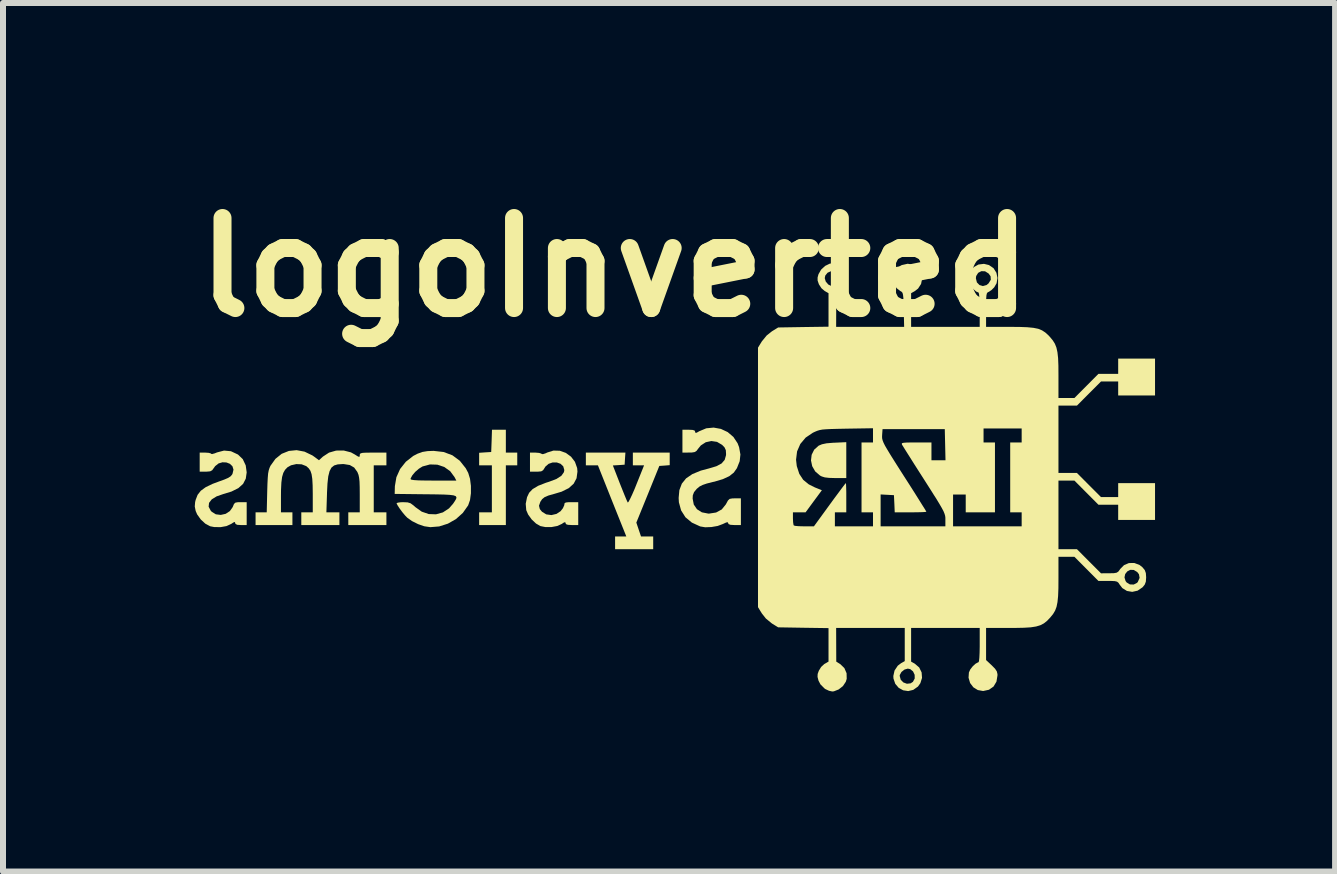
<source format=kicad_pcb>
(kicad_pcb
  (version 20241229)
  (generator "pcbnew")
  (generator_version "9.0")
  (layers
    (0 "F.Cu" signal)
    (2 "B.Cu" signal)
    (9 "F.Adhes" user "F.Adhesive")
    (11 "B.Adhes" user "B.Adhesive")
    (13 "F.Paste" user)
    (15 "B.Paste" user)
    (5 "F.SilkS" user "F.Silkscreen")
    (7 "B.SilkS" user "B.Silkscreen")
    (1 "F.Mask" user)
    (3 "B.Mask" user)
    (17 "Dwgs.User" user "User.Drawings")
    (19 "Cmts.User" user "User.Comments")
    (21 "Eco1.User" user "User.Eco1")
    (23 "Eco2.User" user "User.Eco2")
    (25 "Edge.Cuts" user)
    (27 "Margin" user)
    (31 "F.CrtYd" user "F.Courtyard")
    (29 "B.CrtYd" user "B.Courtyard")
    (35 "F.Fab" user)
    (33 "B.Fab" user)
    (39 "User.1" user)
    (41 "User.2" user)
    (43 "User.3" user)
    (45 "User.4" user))
  (footprint "logoInverted"
    (layer "F.Cu")
    (at 8.193 4.904)
    (property "Reference" "logoInverted" (at -1 -3.5 0) (layer "F.SilkS") (effects (font (size 1.5 1.5) (thickness 0.3))))
    (attr board_only exclude_from_pos_files exclude_from_bom)
    (fp_poly (pts (xy 2.857 -0.288) (xy 2.857 0.011) (xy 2.672 0.011) (xy 2.571 0.008) (xy 2.5 0.000044) (xy 2.448 -0.016) (xy 2.419 -0.031) (xy 2.339 -0.1) (xy 2.289 -0.187) (xy 2.269 -0.283) (xy 2.28 -0.377) (xy 2.322 -0.462) (xy 2.396 -0.528) (xy 2.397 -0.529) (xy 2.452 -0.552) (xy 2.528 -0.568) (xy 2.635 -0.577) (xy 2.662 -0.578) (xy 2.857 -0.587)) (stroke (width 0) (type solid)) (fill yes) (layer "F.SilkS"))
    (fp_poly (pts (xy -2.815 -0.603) (xy -2.815 -0.413) (xy -2.72 -0.413) (xy -2.625 -0.413) (xy -2.625 -0.307) (xy -2.625 -0.201) (xy -2.72 -0.201) (xy -2.815 -0.201) (xy -2.815 0.296) (xy -2.815 0.794) (xy -3.037 0.794) (xy -3.26 0.794) (xy -3.26 0.688) (xy -3.26 0.582) (xy -3.154 0.582) (xy -3.048 0.582) (xy -3.048 0.191) (xy -3.048 -0.201) (xy -3.154 -0.201) (xy -3.26 -0.201) (xy -3.26 -0.306) (xy -3.26 -0.41) (xy -3.159 -0.417) (xy -3.059 -0.423) (xy -3.052 -0.609) (xy -3.046 -0.794) (xy -2.931 -0.794) (xy -2.815 -0.794)) (stroke (width 0) (type solid)) (fill yes) (layer "F.SilkS"))
    (fp_poly (pts (xy -0.83 -0.312) (xy -0.836 -0.212) (xy -0.934 -0.205) (xy -1.032 -0.199) (xy -0.915 0.102) (xy -0.873 0.207) (xy -0.836 0.299) (xy -0.807 0.369) (xy -0.788 0.411) (xy -0.783 0.419) (xy -0.771 0.407) (xy -0.746 0.361) (xy -0.711 0.287) (xy -0.67 0.193) (xy -0.64 0.118) (xy -0.512 -0.201) (xy -0.605 -0.201) (xy -0.699 -0.201) (xy -0.699 -0.307) (xy -0.699 -0.413) (xy -0.392 -0.413) (xy -0.085 -0.413) (xy -0.085 -0.308) (xy -0.085 -0.204) (xy -0.171 -0.197) (xy -0.258 -0.191) (xy -0.449 0.281) (xy -0.641 0.753) (xy -0.602 0.869) (xy -0.563 0.984) (xy -0.461 0.984) (xy -0.36 0.984) (xy -0.36 1.09) (xy -0.36 1.196) (xy -0.677 1.196) (xy -0.995 1.196) (xy -0.995 1.09) (xy -0.995 0.984) (xy -0.902 0.984) (xy -0.808 0.984) (xy -1.045 0.392) (xy -1.281 -0.201) (xy -1.381 -0.201) (xy -1.482 -0.201) (xy -1.482 -0.307) (xy -1.482 -0.413) (xy -1.152 -0.413) (xy -0.823 -0.413)) (stroke (width 0) (type solid)) (fill yes) (layer "F.SilkS"))
    (fp_poly (pts (xy -3.851 -0.423) (xy -3.705 -0.368) (xy -3.582 -0.277) (xy -3.483 -0.152) (xy -3.442 -0.075) (xy -3.412 0.023) (xy -3.397 0.141) (xy -3.397 0.264) (xy -3.412 0.377) (xy -3.443 0.466) (xy -3.532 0.592) (xy -3.647 0.695) (xy -3.781 0.771) (xy -3.926 0.817) (xy -4.073 0.829) (xy -4.175 0.814) (xy -4.276 0.779) (xy -4.378 0.728) (xy -4.457 0.672) (xy -4.494 0.634) (xy -4.539 0.58) (xy -4.583 0.521) (xy -4.617 0.469) (xy -4.635 0.435) (xy -4.636 0.431) (xy -4.616 0.421) (xy -4.567 0.414) (xy -4.523 0.413) (xy -4.452 0.416) (xy -4.403 0.431) (xy -4.355 0.466) (xy -4.324 0.494) (xy -4.216 0.571) (xy -4.099 0.611) (xy -3.979 0.615) (xy -3.864 0.583) (xy -3.762 0.516) (xy -3.693 0.437) (xy -3.663 0.392) (xy -3.643 0.357) (xy -3.638 0.331) (xy -3.651 0.312) (xy -3.687 0.299) (xy -3.749 0.291) (xy -3.841 0.286) (xy -3.967 0.283) (xy -4.132 0.281) (xy -4.154 0.281) (xy -4.667 0.275) (xy -4.664 0.146) (xy -4.644 0.028) (xy -4.403 0.028) (xy -4.389 0.038) (xy -4.344 0.045) (xy -4.267 0.05) (xy -4.153 0.052) (xy -4.021 0.053) (xy -3.64 0.053) (xy -3.67 -0.005) (xy -3.743 -0.104) (xy -3.842 -0.174) (xy -3.957 -0.212) (xy -4.079 -0.216) (xy -4.201 -0.183) (xy -4.204 -0.182) (xy -4.265 -0.144) (xy -4.325 -0.092) (xy -4.373 -0.035) (xy -4.4 0.014) (xy -4.403 0.028) (xy -4.644 0.028) (xy -4.639 -0.002) (xy -4.577 -0.14) (xy -4.482 -0.26) (xy -4.359 -0.357) (xy -4.286 -0.395) (xy -4.206 -0.424) (xy -4.12 -0.438) (xy -4.019 -0.442)) (stroke (width 0) (type solid)) (fill yes) (layer "F.SilkS"))
    (fp_poly (pts (xy -1.916 -0.444) (xy -1.815 -0.408) (xy -1.729 -0.345) (xy -1.664 -0.26) (xy -1.627 -0.156) (xy -1.622 -0.097) (xy -1.637 0.014) (xy -1.685 0.105) (xy -1.767 0.179) (xy -1.886 0.238) (xy -2.01 0.275) (xy -2.106 0.302) (xy -2.169 0.329) (xy -2.211 0.363) (xy -2.24 0.406) (xy -2.263 0.472) (xy -2.249 0.528) (xy -2.213 0.572) (xy -2.142 0.616) (xy -2.056 0.628) (xy -1.971 0.608) (xy -1.903 0.563) (xy -1.864 0.513) (xy -1.843 0.466) (xy -1.841 0.457) (xy -1.837 0.431) (xy -1.816 0.418) (xy -1.769 0.413) (xy -1.725 0.413) (xy -1.609 0.413) (xy -1.609 0.603) (xy -1.609 0.794) (xy -1.714 0.794) (xy -1.781 0.79) (xy -1.813 0.779) (xy -1.82 0.761) (xy -1.827 0.745) (xy -1.852 0.754) (xy -1.883 0.775) (xy -1.956 0.809) (xy -2.052 0.827) (xy -2.154 0.828) (xy -2.239 0.811) (xy -2.312 0.769) (xy -2.385 0.7) (xy -2.444 0.618) (xy -2.475 0.546) (xy -2.484 0.44) (xy -2.462 0.33) (xy -2.427 0.256) (xy -2.369 0.195) (xy -2.277 0.14) (xy -2.147 0.089) (xy -2.096 0.073) (xy -1.972 0.026) (xy -1.889 -0.028) (xy -1.847 -0.088) (xy -1.841 -0.123) (xy -1.859 -0.185) (xy -1.904 -0.227) (xy -1.966 -0.249) (xy -2.036 -0.249) (xy -2.103 -0.226) (xy -2.157 -0.179) (xy -2.17 -0.157) (xy -2.194 -0.12) (xy -2.225 -0.101) (xy -2.277 -0.096) (xy -2.308 -0.095) (xy -2.413 -0.095) (xy -2.413 -0.254) (xy -2.413 -0.413) (xy -2.32 -0.413) (xy -2.261 -0.408) (xy -2.225 -0.397) (xy -2.219 -0.391) (xy -2.198 -0.387) (xy -2.151 -0.402) (xy -2.127 -0.414) (xy -2.022 -0.447)) (stroke (width 0) (type solid)) (fill yes) (layer "F.SilkS"))
    (fp_poly (pts (xy -7.395 -0.436) (xy -7.28 -0.382) (xy -7.279 -0.382) (xy -7.198 -0.304) (xy -7.149 -0.2) (xy -7.133 -0.084) (xy -7.148 0.021) (xy -7.193 0.108) (xy -7.272 0.179) (xy -7.387 0.236) (xy -7.519 0.276) (xy -7.634 0.316) (xy -7.715 0.366) (xy -7.76 0.424) (xy -7.767 0.488) (xy -7.733 0.553) (xy -7.716 0.572) (xy -7.647 0.615) (xy -7.565 0.625) (xy -7.483 0.607) (xy -7.413 0.561) (xy -7.365 0.493) (xy -7.363 0.487) (xy -7.344 0.442) (xy -7.32 0.42) (xy -7.276 0.413) (xy -7.235 0.413) (xy -7.133 0.413) (xy -7.133 0.603) (xy -7.133 0.794) (xy -7.228 0.794) (xy -7.29 0.79) (xy -7.319 0.776) (xy -7.324 0.761) (xy -7.33 0.743) (xy -7.353 0.75) (xy -7.391 0.775) (xy -7.469 0.811) (xy -7.569 0.829) (xy -7.675 0.827) (xy -7.742 0.814) (xy -7.822 0.771) (xy -7.898 0.701) (xy -7.958 0.617) (xy -7.983 0.559) (xy -7.998 0.485) (xy -7.992 0.412) (xy -7.983 0.374) (xy -7.951 0.291) (xy -7.897 0.222) (xy -7.816 0.163) (xy -7.702 0.108) (xy -7.603 0.071) (xy -7.506 0.036) (xy -7.441 0.008) (xy -7.401 -0.018) (xy -7.377 -0.046) (xy -7.369 -0.061) (xy -7.353 -0.129) (xy -7.37 -0.185) (xy -7.412 -0.226) (xy -7.47 -0.249) (xy -7.536 -0.252) (xy -7.601 -0.233) (xy -7.658 -0.188) (xy -7.681 -0.156) (xy -7.708 -0.119) (xy -7.742 -0.101) (xy -7.799 -0.096) (xy -7.816 -0.095) (xy -7.916 -0.095) (xy -7.916 -0.254) (xy -7.916 -0.413) (xy -7.821 -0.413) (xy -7.764 -0.409) (xy -7.73 -0.399) (xy -7.726 -0.393) (xy -7.709 -0.389) (xy -7.665 -0.401) (xy -7.628 -0.416) (xy -7.51 -0.447)) (stroke (width 0) (type solid)) (fill yes) (layer "F.SilkS"))
    (fp_poly (pts (xy 0.768 -0.808) (xy 0.881 -0.755) (xy 0.976 -0.674) (xy 1.046 -0.569) (xy 1.071 -0.503) (xy 1.093 -0.382) (xy 1.081 -0.27) (xy 1.035 -0.154) (xy 0.983 -0.08) (xy 0.907 -0.02) (xy 0.801 0.029) (xy 0.66 0.071) (xy 0.635 0.076) (xy 0.533 0.102) (xy 0.463 0.126) (xy 0.412 0.152) (xy 0.37 0.187) (xy 0.365 0.191) (xy 0.32 0.246) (xy 0.3 0.299) (xy 0.297 0.352) (xy 0.316 0.452) (xy 0.369 0.53) (xy 0.451 0.582) (xy 0.558 0.603) (xy 0.572 0.603) (xy 0.688 0.585) (xy 0.782 0.534) (xy 0.85 0.45) (xy 0.857 0.437) (xy 0.886 0.384) (xy 0.914 0.358) (xy 0.958 0.35) (xy 1 0.349) (xy 1.101 0.349) (xy 1.101 0.572) (xy 1.101 0.794) (xy 0.995 0.794) (xy 0.928 0.79) (xy 0.896 0.778) (xy 0.889 0.762) (xy 0.882 0.747) (xy 0.856 0.751) (xy 0.802 0.776) (xy 0.8 0.777) (xy 0.714 0.809) (xy 0.61 0.827) (xy 0.506 0.831) (xy 0.423 0.817) (xy 0.284 0.753) (xy 0.177 0.664) (xy 0.105 0.55) (xy 0.068 0.415) (xy 0.064 0.342) (xy 0.076 0.212) (xy 0.117 0.104) (xy 0.188 0.016) (xy 0.292 -0.055) (xy 0.433 -0.113) (xy 0.568 -0.149) (xy 0.692 -0.186) (xy 0.779 -0.232) (xy 0.831 -0.292) (xy 0.853 -0.369) (xy 0.854 -0.389) (xy 0.85 -0.454) (xy 0.828 -0.501) (xy 0.788 -0.542) (xy 0.703 -0.592) (xy 0.609 -0.606) (xy 0.516 -0.586) (xy 0.434 -0.533) (xy 0.392 -0.482) (xy 0.362 -0.442) (xy 0.33 -0.422) (xy 0.279 -0.414) (xy 0.238 -0.414) (xy 0.127 -0.413) (xy 0.127 -0.603) (xy 0.127 -0.794) (xy 0.233 -0.794) (xy 0.298 -0.791) (xy 0.331 -0.78) (xy 0.339 -0.76) (xy 0.344 -0.742) (xy 0.365 -0.745) (xy 0.407 -0.769) (xy 0.524 -0.818) (xy 0.647 -0.83)) (stroke (width 0) (type solid)) (fill yes) (layer "F.SilkS"))
    (fp_poly (pts (xy -6.169 -0.429) (xy -6.038 -0.366) (xy -5.998 -0.338) (xy -5.929 -0.286) (xy -5.862 -0.347) (xy -5.761 -0.413) (xy -5.642 -0.447) (xy -5.516 -0.448) (xy -5.396 -0.417) (xy -5.334 -0.383) (xy -5.283 -0.351) (xy -5.258 -0.341) (xy -5.25 -0.353) (xy -5.249 -0.37) (xy -5.247 -0.389) (xy -5.233 -0.401) (xy -5.202 -0.409) (xy -5.146 -0.412) (xy -5.056 -0.413) (xy -5.027 -0.413) (xy -4.805 -0.413) (xy -4.805 -0.307) (xy -4.805 -0.201) (xy -4.911 -0.201) (xy -5.016 -0.201) (xy -5.016 0.191) (xy -5.016 0.582) (xy -4.911 0.582) (xy -4.805 0.582) (xy -4.805 0.688) (xy -4.805 0.794) (xy -5.122 0.794) (xy -5.44 0.794) (xy -5.44 0.688) (xy -5.44 0.582) (xy -5.345 0.582) (xy -5.249 0.582) (xy -5.249 0.285) (xy -5.25 0.161) (xy -5.253 0.07) (xy -5.26 0.005) (xy -5.27 -0.043) (xy -5.286 -0.083) (xy -5.29 -0.092) (xy -5.342 -0.164) (xy -5.415 -0.206) (xy -5.515 -0.222) (xy -5.537 -0.222) (xy -5.616 -0.217) (xy -5.676 -0.199) (xy -5.721 -0.163) (xy -5.752 -0.104) (xy -5.774 -0.017) (xy -5.787 0.102) (xy -5.795 0.258) (xy -5.795 0.27) (xy -5.805 0.582) (xy -5.697 0.582) (xy -5.588 0.582) (xy -5.588 0.688) (xy -5.588 0.794) (xy -5.905 0.794) (xy -6.223 0.794) (xy -6.223 0.688) (xy -6.223 0.582) (xy -6.128 0.582) (xy -6.032 0.582) (xy -6.032 0.274) (xy -6.034 0.132) (xy -6.04 0.025) (xy -6.052 -0.054) (xy -6.071 -0.11) (xy -6.1 -0.152) (xy -6.139 -0.187) (xy -6.143 -0.189) (xy -6.217 -0.218) (xy -6.306 -0.222) (xy -6.394 -0.202) (xy -6.454 -0.168) (xy -6.494 -0.126) (xy -6.523 -0.075) (xy -6.543 -0.007) (xy -6.555 0.085) (xy -6.561 0.208) (xy -6.562 0.312) (xy -6.562 0.582) (xy -6.466 0.582) (xy -6.371 0.582) (xy -6.371 0.688) (xy -6.371 0.794) (xy -6.678 0.794) (xy -6.985 0.794) (xy -6.985 0.688) (xy -6.985 0.582) (xy -6.892 0.582) (xy -6.799 0.582) (xy -6.791 0.238) (xy -6.787 0.106) (xy -6.782 0.008) (xy -6.776 -0.064) (xy -6.766 -0.116) (xy -6.753 -0.157) (xy -6.737 -0.193) (xy -6.654 -0.309) (xy -6.55 -0.393) (xy -6.43 -0.441) (xy -6.301 -0.454)) (stroke (width 0) (type solid)) (fill yes) (layer "F.SilkS"))
    (fp_poly (pts (xy 2.701 -3.548) (xy 2.777 -3.5) (xy 2.835 -3.432) (xy 2.849 -3.405) (xy 2.867 -3.312) (xy 2.848 -3.221) (xy 2.797 -3.143) (xy 2.758 -3.112) (xy 2.69 -3.069) (xy 2.689 -2.789) (xy 2.688 -2.508) (xy 3.254 -2.508) (xy 3.821 -2.508) (xy 3.814 -2.795) (xy 3.811 -2.91) (xy 3.808 -2.99) (xy 3.802 -3.043) (xy 3.794 -3.074) (xy 3.78 -3.092) (xy 3.762 -3.103) (xy 3.759 -3.104) (xy 3.694 -3.154) (xy 3.655 -3.227) (xy 3.643 -3.31) (xy 3.657 -3.395) (xy 3.697 -3.471) (xy 3.761 -3.527) (xy 3.783 -3.538) (xy 3.882 -3.56) (xy 3.974 -3.54) (xy 4.051 -3.485) (xy 4.104 -3.403) (xy 4.121 -3.312) (xy 4.103 -3.223) (xy 4.053 -3.146) (xy 3.999 -3.104) (xy 3.937 -3.069) (xy 3.937 -2.789) (xy 3.937 -2.508) (xy 4.508 -2.508) (xy 5.08 -2.508) (xy 5.08 -2.794) (xy 5.079 -2.901) (xy 5.075 -2.989) (xy 5.069 -3.051) (xy 5.062 -3.079) (xy 5.06 -3.08) (xy 5.022 -3.096) (xy 4.975 -3.137) (xy 4.931 -3.189) (xy 4.903 -3.239) (xy 4.9 -3.25) (xy 4.897 -3.318) (xy 5.016 -3.318) (xy 5.033 -3.249) (xy 5.076 -3.205) (xy 5.133 -3.188) (xy 5.194 -3.205) (xy 5.227 -3.232) (xy 5.265 -3.293) (xy 5.261 -3.352) (xy 5.228 -3.397) (xy 5.169 -3.434) (xy 5.107 -3.436) (xy 5.054 -3.408) (xy 5.021 -3.355) (xy 5.016 -3.318) (xy 4.897 -3.318) (xy 4.896 -3.35) (xy 4.926 -3.437) (xy 4.983 -3.505) (xy 5.06 -3.547) (xy 5.151 -3.558) (xy 5.234 -3.538) (xy 5.31 -3.486) (xy 5.358 -3.41) (xy 5.376 -3.323) (xy 5.361 -3.234) (xy 5.322 -3.167) (xy 5.277 -3.122) (xy 5.234 -3.093) (xy 5.227 -3.09) (xy 5.211 -3.082) (xy 5.199 -3.065) (xy 5.192 -3.033) (xy 5.188 -2.978) (xy 5.186 -2.893) (xy 5.186 -2.793) (xy 5.186 -2.508) (xy 5.574 -2.508) (xy 5.741 -2.507) (xy 5.872 -2.502) (xy 5.975 -2.492) (xy 6.055 -2.476) (xy 6.118 -2.45) (xy 6.172 -2.415) (xy 6.224 -2.368) (xy 6.252 -2.338) (xy 6.298 -2.282) (xy 6.333 -2.226) (xy 6.358 -2.163) (xy 6.375 -2.086) (xy 6.386 -1.988) (xy 6.391 -1.862) (xy 6.392 -1.702) (xy 6.392 -1.684) (xy 6.392 -1.323) (xy 6.525 -1.323) (xy 6.658 -1.323) (xy 6.858 -1.524) (xy 7.058 -1.725) (xy 7.223 -1.725) (xy 7.387 -1.725) (xy 7.387 -1.852) (xy 7.387 -1.979) (xy 7.694 -1.979) (xy 8.001 -1.979) (xy 8.001 -1.672) (xy 8.001 -1.365) (xy 7.694 -1.365) (xy 7.387 -1.365) (xy 7.387 -1.482) (xy 7.387 -1.598) (xy 7.244 -1.598) (xy 7.101 -1.598) (xy 6.9 -1.397) (xy 6.7 -1.196) (xy 6.546 -1.196) (xy 6.392 -1.196) (xy 6.392 -0.635) (xy 6.392 -0.074) (xy 6.546 -0.074) (xy 6.7 -0.074) (xy 6.9 0.127) (xy 7.101 0.328) (xy 7.244 0.328) (xy 7.387 0.328) (xy 7.387 0.212) (xy 7.387 0.095) (xy 7.694 0.095) (xy 8.001 0.095) (xy 8.001 0.402) (xy 8.001 0.709) (xy 7.694 0.709) (xy 7.387 0.709) (xy 7.387 0.582) (xy 7.387 0.455) (xy 7.223 0.455) (xy 7.058 0.455) (xy 6.858 0.254) (xy 6.658 0.053) (xy 6.525 0.053) (xy 6.392 0.053) (xy 6.392 0.624) (xy 6.392 1.196) (xy 6.546 1.196) (xy 6.7 1.196) (xy 6.9 1.397) (xy 7.101 1.598) (xy 7.239 1.597) (xy 7.314 1.596) (xy 7.36 1.588) (xy 7.389 1.57) (xy 7.414 1.537) (xy 7.419 1.528) (xy 7.484 1.462) (xy 7.566 1.427) (xy 7.656 1.426) (xy 7.743 1.459) (xy 7.79 1.496) (xy 7.83 1.544) (xy 7.848 1.594) (xy 7.853 1.665) (xy 7.848 1.737) (xy 7.829 1.787) (xy 7.793 1.831) (xy 7.711 1.887) (xy 7.621 1.907) (xy 7.533 1.892) (xy 7.456 1.844) (xy 7.412 1.787) (xy 7.392 1.756) (xy 7.368 1.737) (xy 7.331 1.728) (xy 7.268 1.725) (xy 7.217 1.725) (xy 7.058 1.725) (xy 6.999 1.666) (xy 7.492 1.666) (xy 7.51 1.726) (xy 7.528 1.75) (xy 7.582 1.783) (xy 7.646 1.785) (xy 7.701 1.757) (xy 7.714 1.742) (xy 7.744 1.674) (xy 7.733 1.614) (xy 7.705 1.577) (xy 7.647 1.542) (xy 7.589 1.54) (xy 7.539 1.566) (xy 7.504 1.61) (xy 7.492 1.666) (xy 6.999 1.666) (xy 6.858 1.524) (xy 6.658 1.323) (xy 6.525 1.323) (xy 6.392 1.323) (xy 6.392 1.684) (xy 6.391 1.848) (xy 6.386 1.977) (xy 6.376 2.077) (xy 6.36 2.156) (xy 6.336 2.22) (xy 6.302 2.277) (xy 6.257 2.332) (xy 6.252 2.338) (xy 6.2 2.392) (xy 6.148 2.433) (xy 6.09 2.463) (xy 6.02 2.484) (xy 5.93 2.498) (xy 5.815 2.505) (xy 5.667 2.508) (xy 5.574 2.508) (xy 5.186 2.508) (xy 5.186 2.776) (xy 5.186 3.043) (xy 5.281 3.132) (xy 5.336 3.188) (xy 5.365 3.232) (xy 5.376 3.278) (xy 5.376 3.299) (xy 5.359 3.403) (xy 5.31 3.485) (xy 5.234 3.538) (xy 5.137 3.559) (xy 5.048 3.543) (xy 4.974 3.497) (xy 4.92 3.426) (xy 4.894 3.337) (xy 4.9 3.25) (xy 4.922 3.201) (xy 4.963 3.148) (xy 5.011 3.104) (xy 5.053 3.081) (xy 5.06 3.08) (xy 5.068 3.06) (xy 5.074 3.005) (xy 5.078 2.922) (xy 5.08 2.818) (xy 5.08 2.794) (xy 5.08 2.508) (xy 4.508 2.508) (xy 3.937 2.508) (xy 3.937 2.789) (xy 3.937 3.069) (xy 3.999 3.104) (xy 4.072 3.167) (xy 4.112 3.249) (xy 4.119 3.34) (xy 4.091 3.429) (xy 4.051 3.485) (xy 3.973 3.54) (xy 3.888 3.56) (xy 3.804 3.547) (xy 3.73 3.506) (xy 3.673 3.439) (xy 3.643 3.351) (xy 3.641 3.312) (xy 3.641 3.308) (xy 3.747 3.308) (xy 3.764 3.371) (xy 3.808 3.416) (xy 3.867 3.438) (xy 3.929 3.431) (xy 3.967 3.406) (xy 3.997 3.351) (xy 3.996 3.289) (xy 3.969 3.232) (xy 3.922 3.194) (xy 3.881 3.186) (xy 3.826 3.202) (xy 3.776 3.242) (xy 3.748 3.293) (xy 3.747 3.308) (xy 3.641 3.308) (xy 3.661 3.218) (xy 3.715 3.137) (xy 3.769 3.096) (xy 3.831 3.061) (xy 3.831 2.784) (xy 3.831 2.508) (xy 3.26 2.508) (xy 2.688 2.508) (xy 2.689 2.789) (xy 2.69 3.069) (xy 2.758 3.112) (xy 2.825 3.177) (xy 2.862 3.263) (xy 2.864 3.356) (xy 2.849 3.405) (xy 2.801 3.477) (xy 2.73 3.533) (xy 2.651 3.564) (xy 2.623 3.567) (xy 2.569 3.555) (xy 2.507 3.526) (xy 2.496 3.518) (xy 2.427 3.449) (xy 2.394 3.386) (xy 2.378 3.324) (xy 2.38 3.275) (xy 2.399 3.222) (xy 2.438 3.158) (xy 2.491 3.109) (xy 2.497 3.106) (xy 2.561 3.069) (xy 2.561 2.79) (xy 2.561 2.511) (xy 2.141 2.505) (xy 1.722 2.498) (xy 1.618 2.434) (xy 1.518 2.352) (xy 1.45 2.266) (xy 1.386 2.162) (xy 1.386 0.582) (xy 1.968 0.582) (xy 1.968 0.684) (xy 1.971 0.747) (xy 1.978 0.791) (xy 1.983 0.801) (xy 2.009 0.808) (xy 2.067 0.813) (xy 2.143 0.815) (xy 2.157 0.815) (xy 2.318 0.815) (xy 2.58 0.455) (xy 2.658 0.348) (xy 2.728 0.254) (xy 2.785 0.177) (xy 2.826 0.123) (xy 2.847 0.097) (xy 2.85 0.095) (xy 2.853 0.115) (xy 2.855 0.169) (xy 2.857 0.248) (xy 2.857 0.339) (xy 2.857 0.582) (xy 2.762 0.582) (xy 2.667 0.582) (xy 2.667 0.699) (xy 2.667 0.815) (xy 2.985 0.815) (xy 3.302 0.815) (xy 3.302 0.699) (xy 3.302 0.582) (xy 3.207 0.582) (xy 3.111 0.582) (xy 3.111 0.284) (xy 3.429 0.284) (xy 3.429 0.549) (xy 3.429 0.815) (xy 3.969 0.815) (xy 4.508 0.815) (xy 4.508 0.703) (xy 4.508 0.671) (xy 4.504 0.64) (xy 4.494 0.606) (xy 4.477 0.564) (xy 4.449 0.511) (xy 4.409 0.442) (xy 4.354 0.351) (xy 4.312 0.286) (xy 4.636 0.286) (xy 4.636 0.55) (xy 4.636 0.815) (xy 5.207 0.815) (xy 5.779 0.815) (xy 5.779 0.699) (xy 5.779 0.582) (xy 5.683 0.582) (xy 5.588 0.582) (xy 5.588 0) (xy 5.588 -0.582) (xy 5.683 -0.582) (xy 5.779 -0.582) (xy 5.779 -0.699) (xy 5.779 -0.815) (xy 5.461 -0.815) (xy 5.144 -0.815) (xy 5.144 -0.699) (xy 5.144 -0.582) (xy 5.239 -0.582) (xy 5.334 -0.582) (xy 5.334 0) (xy 5.334 0.582) (xy 5.091 0.582) (xy 4.847 0.582) (xy 4.847 0.434) (xy 4.847 0.286) (xy 4.741 0.286) (xy 4.636 0.286) (xy 4.312 0.286) (xy 4.281 0.236) (xy 4.188 0.09) (xy 4.158 0.043) (xy 4.069 -0.096) (xy 3.988 -0.223) (xy 3.917 -0.336) (xy 3.858 -0.429) (xy 3.815 -0.498) (xy 3.79 -0.538) (xy 3.786 -0.544) (xy 3.781 -0.56) (xy 3.788 -0.571) (xy 3.814 -0.577) (xy 3.867 -0.581) (xy 3.951 -0.582) (xy 4.021 -0.582) (xy 4.276 -0.582) (xy 4.276 -0.434) (xy 4.276 -0.286) (xy 4.393 -0.286) (xy 4.51 -0.286) (xy 4.504 -0.545) (xy 4.498 -0.804) (xy 3.979 -0.804) (xy 3.461 -0.804) (xy 3.454 -0.703) (xy 3.453 -0.674) (xy 3.455 -0.646) (xy 3.463 -0.615) (xy 3.478 -0.577) (xy 3.503 -0.527) (xy 3.541 -0.462) (xy 3.593 -0.376) (xy 3.662 -0.266) (xy 3.75 -0.127) (xy 3.819 -0.019) (xy 3.909 0.121) (xy 3.991 0.25) (xy 4.062 0.363) (xy 4.12 0.456) (xy 4.163 0.524) (xy 4.187 0.564) (xy 4.191 0.572) (xy 4.171 0.576) (xy 4.117 0.579) (xy 4.037 0.581) (xy 3.938 0.582) (xy 3.927 0.582) (xy 3.664 0.582) (xy 3.658 0.439) (xy 3.651 0.296) (xy 3.54 0.29) (xy 3.429 0.284) (xy 3.111 0.284) (xy 3.111 0) (xy 3.111 -0.582) (xy 3.207 -0.582) (xy 3.302 -0.582) (xy 3.302 -0.701) (xy 3.302 -0.819) (xy 2.863 -0.812) (xy 2.715 -0.809) (xy 2.604 -0.806) (xy 2.52 -0.802) (xy 2.458 -0.797) (xy 2.411 -0.788) (xy 2.372 -0.776) (xy 2.334 -0.76) (xy 2.3 -0.744) (xy 2.18 -0.663) (xy 2.091 -0.557) (xy 2.037 -0.433) (xy 2.02 -0.295) (xy 2.032 -0.189) (xy 2.074 -0.059) (xy 2.139 0.04) (xy 2.232 0.116) (xy 2.334 0.167) (xy 2.45 0.214) (xy 2.314 0.398) (xy 2.179 0.582) (xy 2.074 0.582) (xy 1.968 0.582) (xy 1.386 0.582) (xy 1.386 0) (xy 1.386 -2.162) (xy 1.45 -2.266) (xy 1.532 -2.366) (xy 1.618 -2.434) (xy 1.722 -2.498) (xy 2.141 -2.505) (xy 2.561 -2.511) (xy 2.561 -2.79) (xy 2.561 -3.069) (xy 2.497 -3.106) (xy 2.444 -3.151) (xy 2.402 -3.215) (xy 2.399 -3.222) (xy 2.379 -3.281) (xy 2.379 -3.32) (xy 2.498 -3.32) (xy 2.515 -3.263) (xy 2.558 -3.213) (xy 2.611 -3.187) (xy 2.625 -3.186) (xy 2.671 -3.2) (xy 2.709 -3.228) (xy 2.746 -3.29) (xy 2.744 -3.356) (xy 2.717 -3.401) (xy 2.663 -3.434) (xy 2.601 -3.435) (xy 2.545 -3.41) (xy 2.507 -3.363) (xy 2.498 -3.32) (xy 2.379 -3.32) (xy 2.379 -3.331) (xy 2.394 -3.386) (xy 2.438 -3.462) (xy 2.505 -3.524) (xy 2.581 -3.561) (xy 2.623 -3.567)) (stroke (width 0) (type solid)) (fill yes) (layer "F.SilkS")))
  (gr_rect
    (start -3 -3)
    (end 19.194 11.471)
    (stroke (width 0.1) (type default))
    (fill no)
    (layer "Edge.Cuts")))
</source>
